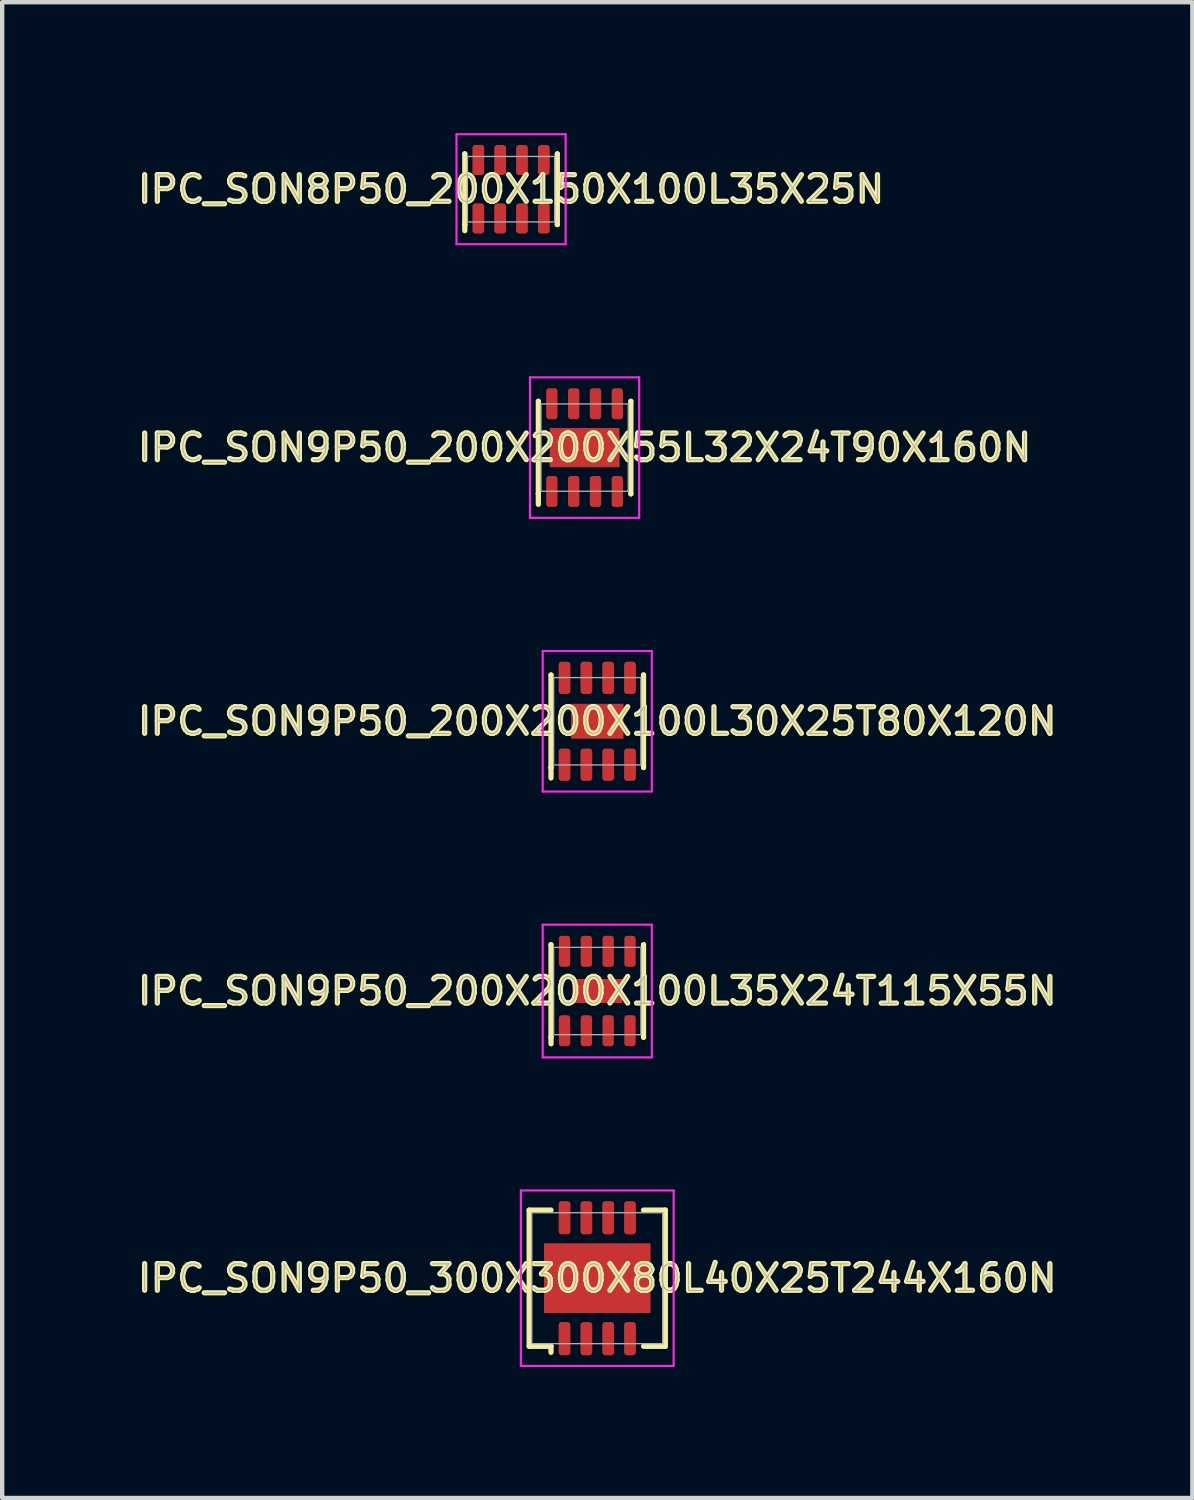
<source format=kicad_pcb>
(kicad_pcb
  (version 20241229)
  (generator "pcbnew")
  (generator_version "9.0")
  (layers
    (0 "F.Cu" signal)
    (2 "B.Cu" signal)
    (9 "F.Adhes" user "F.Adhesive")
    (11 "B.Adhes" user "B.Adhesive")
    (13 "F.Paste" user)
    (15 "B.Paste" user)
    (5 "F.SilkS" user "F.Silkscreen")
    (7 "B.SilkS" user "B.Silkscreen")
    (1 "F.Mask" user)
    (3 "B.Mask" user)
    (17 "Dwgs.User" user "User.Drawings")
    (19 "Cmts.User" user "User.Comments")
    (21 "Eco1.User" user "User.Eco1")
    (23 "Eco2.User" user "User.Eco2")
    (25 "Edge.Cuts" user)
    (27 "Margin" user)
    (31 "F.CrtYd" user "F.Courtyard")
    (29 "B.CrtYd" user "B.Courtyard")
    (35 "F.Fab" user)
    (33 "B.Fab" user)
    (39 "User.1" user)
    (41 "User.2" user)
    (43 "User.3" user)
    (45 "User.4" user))
  (footprint "IPC_SON9P50_300X300X80L40X25T244X160N"
    (layer "F.Cu")
    (at 10.634 26.235)
    (property "Reference" "IPC_SON9P50_300X300X80L40X25T244X160N" (at 0 0 0) (layer "F.SilkS") (effects (font (size 0.61 0.61) (thickness 0.12))))
    (attr smd)
    (fp_line (start -1.56 -1.56) (end -1.06 -1.56) (stroke (width 0.12) (type solid)) (layer "F.SilkS"))
    (fp_line (start -1.56 1.56) (end -1.56 -1.56) (stroke (width 0.12) (type solid)) (layer "F.SilkS"))
    (fp_line (start -1.06 1.56) (end -1.56 1.56) (stroke (width 0.12) (type solid)) (layer "F.SilkS"))
    (fp_line (start -1.06 1.56) (end -1.06 1.56) (stroke (width 0.12) (type solid)) (layer "F.SilkS"))
    (fp_line (start -1.06 1.7) (end -1.06 1.56) (stroke (width 0.12) (type solid)) (layer "F.SilkS"))
    (fp_line (start 1.06 -1.56) (end 1.56 -1.56) (stroke (width 0.12) (type solid)) (layer "F.SilkS"))
    (fp_line (start 1.56 -1.56) (end 1.56 1.56) (stroke (width 0.12) (type solid)) (layer "F.SilkS"))
    (fp_line (start 1.56 1.56) (end 1.06 1.56) (stroke (width 0.12) (type solid)) (layer "F.SilkS"))
    (fp_line (start -1.75 -2.01) (end 1.75 -2.01) (stroke (width 0.05) (type solid)) (layer "F.CrtYd"))
    (fp_line (start -1.75 2.01) (end -1.75 -2.01) (stroke (width 0.05) (type solid)) (layer "F.CrtYd"))
    (fp_line (start 1.75 -2.01) (end 1.75 2.01) (stroke (width 0.05) (type solid)) (layer "F.CrtYd"))
    (fp_line (start 1.75 2.01) (end -1.75 2.01) (stroke (width 0.05) (type solid)) (layer "F.CrtYd"))
    (fp_line (start -1.5 -1.5) (end 1.5 -1.5) (stroke (width 0.03) (type solid)) (layer "F.Fab"))
    (fp_line (start -1.5 1.5) (end -1.5 -1.5) (stroke (width 0.03) (type solid)) (layer "F.Fab"))
    (fp_line (start 1.5 -1.5) (end 1.5 1.5) (stroke (width 0.03) (type solid)) (layer "F.Fab"))
    (fp_line (start 1.5 1.5) (end -1.5 1.5) (stroke (width 0.03) (type solid)) (layer "F.Fab"))
    (fp_text user "${REFERENCE}" (at 0 0 0) (layer "F.Fab") (effects (font (size 0.61 0.61) (thickness 0.025))))
    (pad "1" smd roundrect (at -0.75 1.385) (size 0.27 0.76) (layers "F.Cu" "F.Mask" "F.Paste") (roundrect_rratio 0.25))
    (pad "2" smd roundrect (at -0.25 1.385) (size 0.27 0.76) (layers "F.Cu" "F.Mask" "F.Paste") (roundrect_rratio 0.25))
    (pad "3" smd roundrect (at 0.25 1.385) (size 0.27 0.76) (layers "F.Cu" "F.Mask" "F.Paste") (roundrect_rratio 0.25))
    (pad "4" smd roundrect (at 0.75 1.385) (size 0.27 0.76) (layers "F.Cu" "F.Mask" "F.Paste") (roundrect_rratio 0.25))
    (pad "5" smd roundrect (at 0.75 -1.385 180) (size 0.27 0.76) (layers "F.Cu" "F.Mask" "F.Paste") (roundrect_rratio 0.25))
    (pad "6" smd roundrect (at 0.25 -1.385 180) (size 0.27 0.76) (layers "F.Cu" "F.Mask" "F.Paste") (roundrect_rratio 0.25))
    (pad "7" smd roundrect (at -0.25 -1.385 180) (size 0.27 0.76) (layers "F.Cu" "F.Mask" "F.Paste") (roundrect_rratio 0.25))
    (pad "8" smd roundrect (at -0.75 -1.385 180) (size 0.27 0.76) (layers "F.Cu" "F.Mask" "F.Paste") (roundrect_rratio 0.25))
    (pad "9" smd rect (at 0 0) (size 2.44 1.6) (layers "F.Cu" "F.Mask" "F.Paste")))
  (footprint "IPC_SON9P50_200X200X100L35X24T115X55N"
    (layer "F.Cu")
    (at 10.634 19.655)
    (property "Reference" "IPC_SON9P50_200X200X100L35X24T115X55N" (at 0 0 0) (layer "F.SilkS") (effects (font (size 0.61 0.61) (thickness 0.12))))
    (attr smd)
    (fp_line (start -1.06 -1.06) (end -1.06 -1.06) (stroke (width 0.12) (type solid)) (layer "F.SilkS"))
    (fp_line (start -1.06 1.06) (end -1.06 -1.06) (stroke (width 0.12) (type solid)) (layer "F.SilkS"))
    (fp_line (start -1.06 1.06) (end -1.06 1.06) (stroke (width 0.12) (type solid)) (layer "F.SilkS"))
    (fp_line (start -1.06 1.21) (end -1.06 1.06) (stroke (width 0.12) (type solid)) (layer "F.SilkS"))
    (fp_line (start 1.06 -1.06) (end 1.06 -1.06) (stroke (width 0.12) (type solid)) (layer "F.SilkS"))
    (fp_line (start 1.06 -1.06) (end 1.06 1.06) (stroke (width 0.12) (type solid)) (layer "F.SilkS"))
    (fp_line (start 1.06 1.06) (end 1.06 1.06) (stroke (width 0.12) (type solid)) (layer "F.SilkS"))
    (fp_line (start -1.25 -1.52) (end 1.25 -1.52) (stroke (width 0.05) (type solid)) (layer "F.CrtYd"))
    (fp_line (start -1.25 1.52) (end -1.25 -1.52) (stroke (width 0.05) (type solid)) (layer "F.CrtYd"))
    (fp_line (start 1.25 -1.52) (end 1.25 1.52) (stroke (width 0.05) (type solid)) (layer "F.CrtYd"))
    (fp_line (start 1.25 1.52) (end -1.25 1.52) (stroke (width 0.05) (type solid)) (layer "F.CrtYd"))
    (fp_line (start -1 -1) (end 1 -1) (stroke (width 0.03) (type solid)) (layer "F.Fab"))
    (fp_line (start -1 1) (end -1 -1) (stroke (width 0.03) (type solid)) (layer "F.Fab"))
    (fp_line (start 1 -1) (end 1 1) (stroke (width 0.03) (type solid)) (layer "F.Fab"))
    (fp_line (start 1 1) (end -1 1) (stroke (width 0.03) (type solid)) (layer "F.Fab"))
    (fp_text user "${REFERENCE}" (at 0 0 0) (layer "F.Fab") (effects (font (size 0.61 0.61) (thickness 0.025))))
    (pad "1" smd roundrect (at -0.75 0.91) (size 0.26 0.71) (layers "F.Cu" "F.Mask" "F.Paste") (roundrect_rratio 0.25))
    (pad "2" smd roundrect (at -0.25 0.91) (size 0.26 0.71) (layers "F.Cu" "F.Mask" "F.Paste") (roundrect_rratio 0.25))
    (pad "3" smd roundrect (at 0.25 0.91) (size 0.26 0.71) (layers "F.Cu" "F.Mask" "F.Paste") (roundrect_rratio 0.25))
    (pad "4" smd roundrect (at 0.75 0.91) (size 0.26 0.71) (layers "F.Cu" "F.Mask" "F.Paste") (roundrect_rratio 0.25))
    (pad "5" smd roundrect (at 0.75 -0.91 180) (size 0.26 0.71) (layers "F.Cu" "F.Mask" "F.Paste") (roundrect_rratio 0.25))
    (pad "6" smd roundrect (at 0.25 -0.91 180) (size 0.26 0.71) (layers "F.Cu" "F.Mask" "F.Paste") (roundrect_rratio 0.25))
    (pad "7" smd roundrect (at -0.25 -0.91 180) (size 0.26 0.71) (layers "F.Cu" "F.Mask" "F.Paste") (roundrect_rratio 0.25))
    (pad "8" smd roundrect (at -0.75 -0.91 180) (size 0.26 0.71) (layers "F.Cu" "F.Mask" "F.Paste") (roundrect_rratio 0.25))
    (pad "9" smd rect (at 0 0) (size 1.15 0.55) (layers "F.Cu" "F.Mask" "F.Paste")))
  (footprint "IPC_SON9P50_200X200X100L30X25T80X120N"
    (layer "F.Cu")
    (at 10.634 13.475)
    (property "Reference" "IPC_SON9P50_200X200X100L30X25T80X120N" (at 0 0 0) (layer "F.SilkS") (effects (font (size 0.61 0.61) (thickness 0.12))))
    (attr smd)
    (fp_line (start -1.06 -1.06) (end -1.06 -1.06) (stroke (width 0.12) (type solid)) (layer "F.SilkS"))
    (fp_line (start -1.06 1.06) (end -1.06 -1.06) (stroke (width 0.12) (type solid)) (layer "F.SilkS"))
    (fp_line (start -1.06 1.06) (end -1.06 1.06) (stroke (width 0.12) (type solid)) (layer "F.SilkS"))
    (fp_line (start -1.06 1.3) (end -1.06 1.06) (stroke (width 0.12) (type solid)) (layer "F.SilkS"))
    (fp_line (start 1.06 -1.06) (end 1.06 -1.06) (stroke (width 0.12) (type solid)) (layer "F.SilkS"))
    (fp_line (start 1.06 -1.06) (end 1.06 1.06) (stroke (width 0.12) (type solid)) (layer "F.SilkS"))
    (fp_line (start 1.06 1.06) (end 1.06 1.06) (stroke (width 0.12) (type solid)) (layer "F.SilkS"))
    (fp_line (start -1.25 -1.61) (end 1.25 -1.61) (stroke (width 0.05) (type solid)) (layer "F.CrtYd"))
    (fp_line (start -1.25 1.61) (end -1.25 -1.61) (stroke (width 0.05) (type solid)) (layer "F.CrtYd"))
    (fp_line (start 1.25 -1.61) (end 1.25 1.61) (stroke (width 0.05) (type solid)) (layer "F.CrtYd"))
    (fp_line (start 1.25 1.61) (end -1.25 1.61) (stroke (width 0.05) (type solid)) (layer "F.CrtYd"))
    (fp_line (start -1 -1) (end 1 -1) (stroke (width 0.03) (type solid)) (layer "F.Fab"))
    (fp_line (start -1 1) (end -1 -1) (stroke (width 0.03) (type solid)) (layer "F.Fab"))
    (fp_line (start 1 -1) (end 1 1) (stroke (width 0.03) (type solid)) (layer "F.Fab"))
    (fp_line (start 1 1) (end -1 1) (stroke (width 0.03) (type solid)) (layer "F.Fab"))
    (fp_text user "${REFERENCE}" (at 0 0 0) (layer "F.Fab") (effects (font (size 0.61 0.61) (thickness 0.025))))
    (pad "1" smd roundrect (at -0.75 0.995) (size 0.27 0.74) (layers "F.Cu" "F.Mask" "F.Paste") (roundrect_rratio 0.25))
    (pad "2" smd roundrect (at -0.25 0.995) (size 0.27 0.74) (layers "F.Cu" "F.Mask" "F.Paste") (roundrect_rratio 0.25))
    (pad "3" smd roundrect (at 0.25 0.995) (size 0.27 0.74) (layers "F.Cu" "F.Mask" "F.Paste") (roundrect_rratio 0.25))
    (pad "4" smd roundrect (at 0.75 0.995) (size 0.27 0.74) (layers "F.Cu" "F.Mask" "F.Paste") (roundrect_rratio 0.25))
    (pad "5" smd roundrect (at 0.75 -0.995 180) (size 0.27 0.74) (layers "F.Cu" "F.Mask" "F.Paste") (roundrect_rratio 0.25))
    (pad "6" smd roundrect (at 0.25 -0.995 180) (size 0.27 0.74) (layers "F.Cu" "F.Mask" "F.Paste") (roundrect_rratio 0.25))
    (pad "7" smd roundrect (at -0.25 -0.995 180) (size 0.27 0.74) (layers "F.Cu" "F.Mask" "F.Paste") (roundrect_rratio 0.25))
    (pad "8" smd roundrect (at -0.75 -0.995 180) (size 0.27 0.74) (layers "F.Cu" "F.Mask" "F.Paste") (roundrect_rratio 0.25))
    (pad "9" smd rect (at 0 0) (size 1.2 0.8) (layers "F.Cu" "F.Mask" "F.Paste")))
  (footprint "IPC_SON8P50_200X150X100L35X25N"
    (layer "F.Cu")
    (at 8.659 1.285)
    (property "Reference" "IPC_SON8P50_200X150X100L35X25N" (at 0 0 0) (layer "F.SilkS") (effects (font (size 0.61 0.61) (thickness 0.12))))
    (attr smd)
    (fp_line (start -1.06 -0.81) (end -1.06 -0.81) (stroke (width 0.12) (type solid)) (layer "F.SilkS"))
    (fp_line (start -1.06 0.81) (end -1.06 -0.81) (stroke (width 0.12) (type solid)) (layer "F.SilkS"))
    (fp_line (start -1.06 0.81) (end -1.06 0.81) (stroke (width 0.12) (type solid)) (layer "F.SilkS"))
    (fp_line (start -1.06 0.95) (end -1.06 0.81) (stroke (width 0.12) (type solid)) (layer "F.SilkS"))
    (fp_line (start 1.06 -0.81) (end 1.06 -0.81) (stroke (width 0.12) (type solid)) (layer "F.SilkS"))
    (fp_line (start 1.06 -0.81) (end 1.06 0.81) (stroke (width 0.12) (type solid)) (layer "F.SilkS"))
    (fp_line (start 1.06 0.81) (end 1.06 0.81) (stroke (width 0.12) (type solid)) (layer "F.SilkS"))
    (fp_line (start -1.25 -1.26) (end 1.25 -1.26) (stroke (width 0.05) (type solid)) (layer "F.CrtYd"))
    (fp_line (start -1.25 1.26) (end -1.25 -1.26) (stroke (width 0.05) (type solid)) (layer "F.CrtYd"))
    (fp_line (start 1.25 -1.26) (end 1.25 1.26) (stroke (width 0.05) (type solid)) (layer "F.CrtYd"))
    (fp_line (start 1.25 1.26) (end -1.25 1.26) (stroke (width 0.05) (type solid)) (layer "F.CrtYd"))
    (fp_line (start -1 -0.75) (end 1 -0.75) (stroke (width 0.03) (type solid)) (layer "F.Fab"))
    (fp_line (start -1 0.75) (end -1 -0.75) (stroke (width 0.03) (type solid)) (layer "F.Fab"))
    (fp_line (start 1 -0.75) (end 1 0.75) (stroke (width 0.03) (type solid)) (layer "F.Fab"))
    (fp_line (start 1 0.75) (end -1 0.75) (stroke (width 0.03) (type solid)) (layer "F.Fab"))
    (fp_text user "${REFERENCE}" (at 0 0 0) (layer "F.Fab") (effects (font (size 0.61 0.61) (thickness 0.025))))
    (pad "1" smd roundrect (at -0.75 0.67) (size 0.27 0.69) (layers "F.Cu" "F.Mask" "F.Paste") (roundrect_rratio 0.25))
    (pad "2" smd roundrect (at -0.25 0.67) (size 0.27 0.69) (layers "F.Cu" "F.Mask" "F.Paste") (roundrect_rratio 0.25))
    (pad "3" smd roundrect (at 0.25 0.67) (size 0.27 0.69) (layers "F.Cu" "F.Mask" "F.Paste") (roundrect_rratio 0.25))
    (pad "4" smd roundrect (at 0.75 0.67) (size 0.27 0.69) (layers "F.Cu" "F.Mask" "F.Paste") (roundrect_rratio 0.25))
    (pad "5" smd roundrect (at 0.75 -0.67 180) (size 0.27 0.69) (layers "F.Cu" "F.Mask" "F.Paste") (roundrect_rratio 0.25))
    (pad "6" smd roundrect (at 0.25 -0.67 180) (size 0.27 0.69) (layers "F.Cu" "F.Mask" "F.Paste") (roundrect_rratio 0.25))
    (pad "7" smd roundrect (at -0.25 -0.67 180) (size 0.27 0.69) (layers "F.Cu" "F.Mask" "F.Paste") (roundrect_rratio 0.25))
    (pad "8" smd roundrect (at -0.75 -0.67 180) (size 0.27 0.69) (layers "F.Cu" "F.Mask" "F.Paste") (roundrect_rratio 0.25)))
  (footprint "IPC_SON9P50_200X200X55L32X24T90X160N"
    (layer "F.Cu")
    (at 10.344 7.205)
    (property "Reference" "IPC_SON9P50_200X200X55L32X24T90X160N" (at 0 0 0) (layer "F.SilkS") (effects (font (size 0.61 0.61) (thickness 0.12))))
    (attr smd)
    (fp_line (start -1.06 -1.06) (end -1.06 -1.06) (stroke (width 0.12) (type solid)) (layer "F.SilkS"))
    (fp_line (start -1.06 1.06) (end -1.06 -1.06) (stroke (width 0.12) (type solid)) (layer "F.SilkS"))
    (fp_line (start -1.06 1.06) (end -1.06 1.06) (stroke (width 0.12) (type solid)) (layer "F.SilkS"))
    (fp_line (start -1.06 1.3) (end -1.06 1.06) (stroke (width 0.12) (type solid)) (layer "F.SilkS"))
    (fp_line (start 1.06 -1.06) (end 1.06 -1.06) (stroke (width 0.12) (type solid)) (layer "F.SilkS"))
    (fp_line (start 1.06 -1.06) (end 1.06 1.06) (stroke (width 0.12) (type solid)) (layer "F.SilkS"))
    (fp_line (start 1.06 1.06) (end 1.06 1.06) (stroke (width 0.12) (type solid)) (layer "F.SilkS"))
    (fp_line (start -1.25 -1.61) (end 1.25 -1.61) (stroke (width 0.05) (type solid)) (layer "F.CrtYd"))
    (fp_line (start -1.25 1.61) (end -1.25 -1.61) (stroke (width 0.05) (type solid)) (layer "F.CrtYd"))
    (fp_line (start 1.25 -1.61) (end 1.25 1.61) (stroke (width 0.05) (type solid)) (layer "F.CrtYd"))
    (fp_line (start 1.25 1.61) (end -1.25 1.61) (stroke (width 0.05) (type solid)) (layer "F.CrtYd"))
    (fp_line (start -1 -1) (end 1 -1) (stroke (width 0.03) (type solid)) (layer "F.Fab"))
    (fp_line (start -1 1) (end -1 -1) (stroke (width 0.03) (type solid)) (layer "F.Fab"))
    (fp_line (start 1 -1) (end 1 1) (stroke (width 0.03) (type solid)) (layer "F.Fab"))
    (fp_line (start 1 1) (end -1 1) (stroke (width 0.03) (type solid)) (layer "F.Fab"))
    (fp_text user "${REFERENCE}" (at 0 0 0) (layer "F.Fab") (effects (font (size 0.61 0.61) (thickness 0.025))))
    (pad "1" smd roundrect (at -0.75 1.005) (size 0.26 0.71) (layers "F.Cu" "F.Mask" "F.Paste") (roundrect_rratio 0.25))
    (pad "2" smd roundrect (at -0.25 1.005) (size 0.26 0.71) (layers "F.Cu" "F.Mask" "F.Paste") (roundrect_rratio 0.25))
    (pad "3" smd roundrect (at 0.25 1.005) (size 0.26 0.71) (layers "F.Cu" "F.Mask" "F.Paste") (roundrect_rratio 0.25))
    (pad "4" smd roundrect (at 0.75 1.005) (size 0.26 0.71) (layers "F.Cu" "F.Mask" "F.Paste") (roundrect_rratio 0.25))
    (pad "5" smd roundrect (at 0.75 -1.005 180) (size 0.26 0.71) (layers "F.Cu" "F.Mask" "F.Paste") (roundrect_rratio 0.25))
    (pad "6" smd roundrect (at 0.25 -1.005 180) (size 0.26 0.71) (layers "F.Cu" "F.Mask" "F.Paste") (roundrect_rratio 0.25))
    (pad "7" smd roundrect (at -0.25 -1.005 180) (size 0.26 0.71) (layers "F.Cu" "F.Mask" "F.Paste") (roundrect_rratio 0.25))
    (pad "8" smd roundrect (at -0.75 -1.005 180) (size 0.26 0.71) (layers "F.Cu" "F.Mask" "F.Paste") (roundrect_rratio 0.25))
    (pad "9" smd rect (at 0 0) (size 1.6 0.9) (layers "F.Cu" "F.Mask" "F.Paste")))
  (gr_rect
    (start -3 -3)
    (end 24.268 31.27)
    (stroke (width 0.1) (type default))
    (fill no)
    (layer "Edge.Cuts")))
</source>
